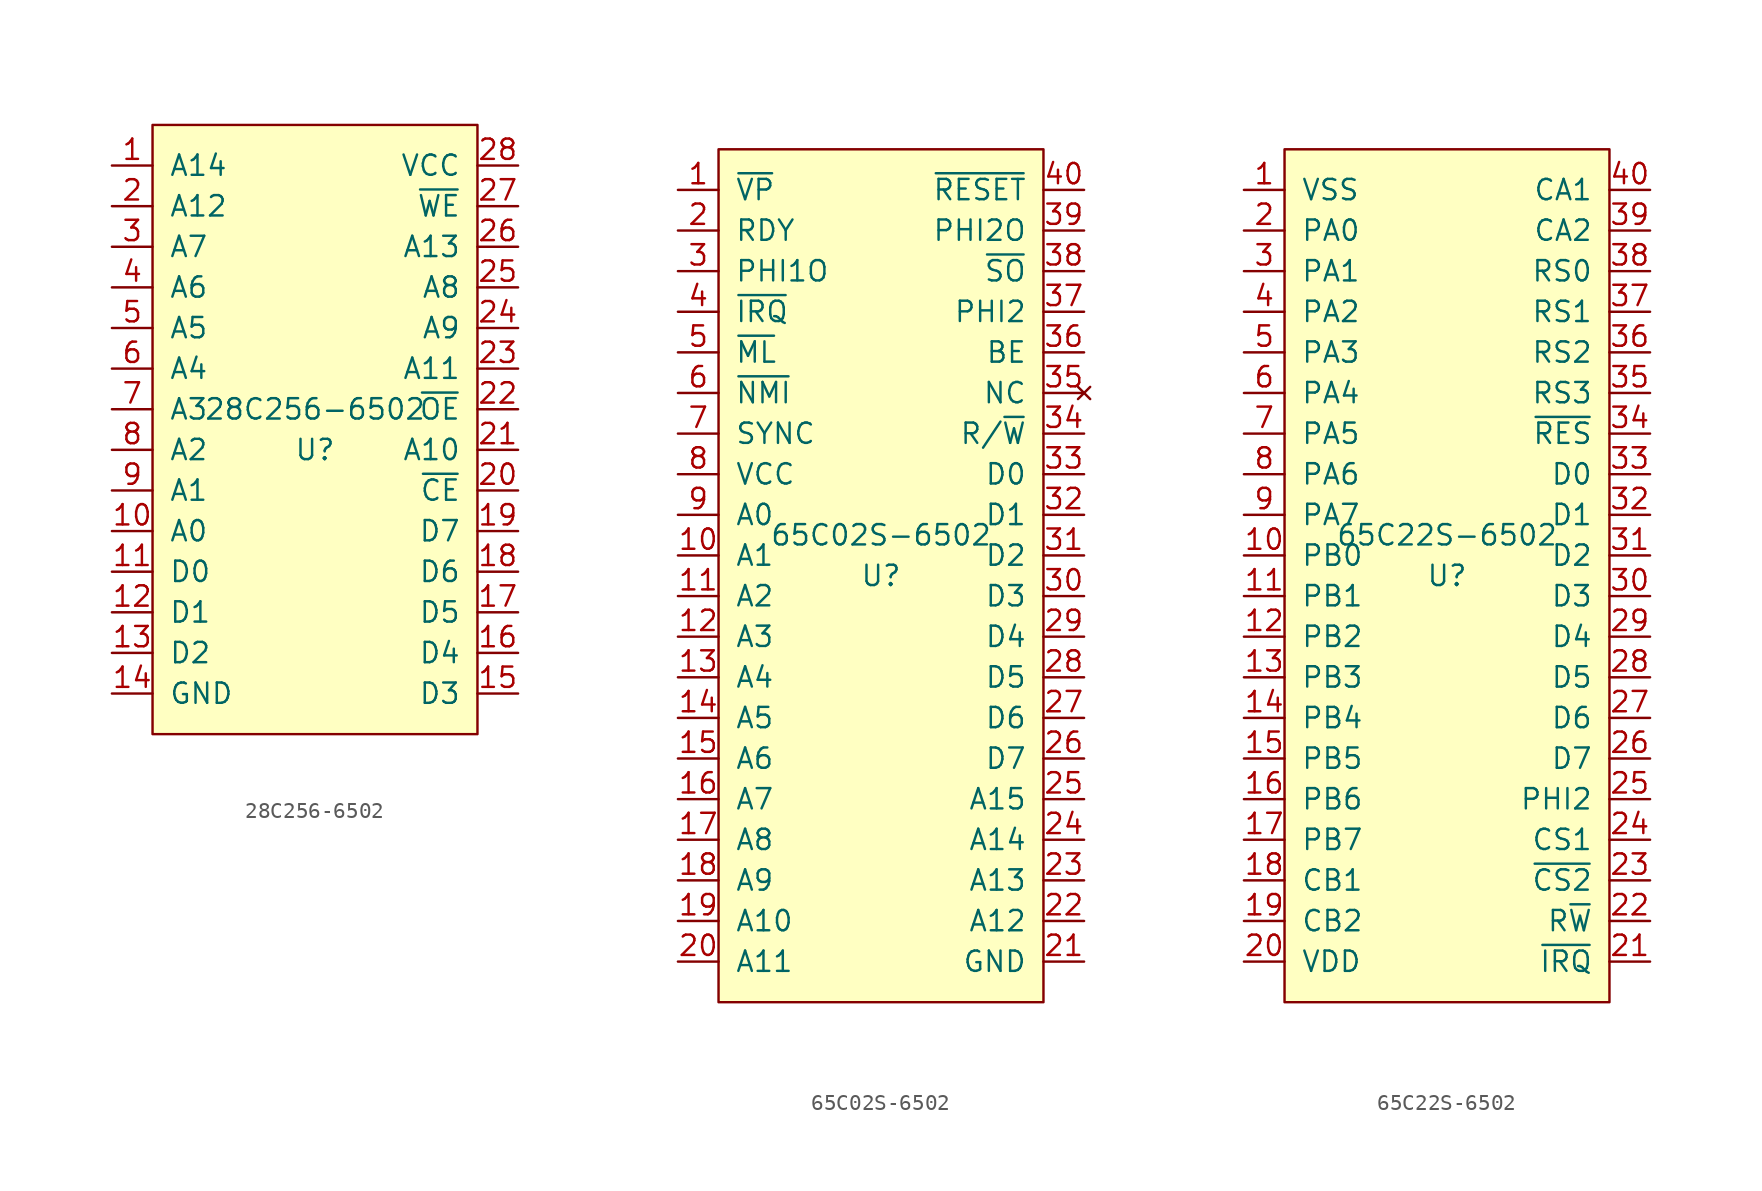
<source format=kicad_sym>
(kicad_symbol_lib
  (version 20220914)
  (generator kicad_symbol_editor)
  (symbol "28C256-6502"
    (pin_names
      (offset 1.016))
    (property "Reference" "U"
      (at 0 -1.27 0)
      (effects (font (size 1.27 1.27))))
    (property "Value" "28C256-6502"
      (at 0 1.27 0)
      (effects (font (size 1.27 1.27))))
    (symbol "28C256-6502_0_1"
      (rectangle (start -10.16 19.05) (end 10.16 -19.05) (stroke (width 0) (type default)) (fill (type background))))
    (symbol "28C256-6502_1_1"
      (pin input line (at -12.7 16.51 0) (length 2.54) (name "A14" (effects (font (size 1.27 1.27)))) (number "1" (effects (font (size 1.27 1.27)))))
      (pin input line (at -12.7 -6.35 0) (length 2.54) (name "A0" (effects (font (size 1.27 1.27)))) (number "10" (effects (font (size 1.27 1.27)))))
      (pin bidirectional line (at -12.7 -8.89 0) (length 2.54) (name "D0" (effects (font (size 1.27 1.27)))) (number "11" (effects (font (size 1.27 1.27)))))
      (pin bidirectional line (at -12.7 -11.43 0) (length 2.54) (name "D1" (effects (font (size 1.27 1.27)))) (number "12" (effects (font (size 1.27 1.27)))))
      (pin bidirectional line (at -12.7 -13.97 0) (length 2.54) (name "D2" (effects (font (size 1.27 1.27)))) (number "13" (effects (font (size 1.27 1.27)))))
      (pin power_in line (at -12.7 -16.51 0) (length 2.54) (name "GND" (effects (font (size 1.27 1.27)))) (number "14" (effects (font (size 1.27 1.27)))))
      (pin bidirectional line (at 12.7 -16.51 180) (length 2.54) (name "D3" (effects (font (size 1.27 1.27)))) (number "15" (effects (font (size 1.27 1.27)))))
      (pin bidirectional line (at 12.7 -13.97 180) (length 2.54) (name "D4" (effects (font (size 1.27 1.27)))) (number "16" (effects (font (size 1.27 1.27)))))
      (pin bidirectional line (at 12.7 -11.43 180) (length 2.54) (name "D5" (effects (font (size 1.27 1.27)))) (number "17" (effects (font (size 1.27 1.27)))))
      (pin bidirectional line (at 12.7 -8.89 180) (length 2.54) (name "D6" (effects (font (size 1.27 1.27)))) (number "18" (effects (font (size 1.27 1.27)))))
      (pin bidirectional line (at 12.7 -6.35 180) (length 2.54) (name "D7" (effects (font (size 1.27 1.27)))) (number "19" (effects (font (size 1.27 1.27)))))
      (pin input line (at -12.7 13.97 0) (length 2.54) (name "A12" (effects (font (size 1.27 1.27)))) (number "2" (effects (font (size 1.27 1.27)))))
      (pin input line (at 12.7 -3.81 180) (length 2.54) (name "~{CE}" (effects (font (size 1.27 1.27)))) (number "20" (effects (font (size 1.27 1.27)))))
      (pin input line (at 12.7 -1.27 180) (length 2.54) (name "A10" (effects (font (size 1.27 1.27)))) (number "21" (effects (font (size 1.27 1.27)))))
      (pin input line (at 12.7 1.27 180) (length 2.54) (name "~{OE}" (effects (font (size 1.27 1.27)))) (number "22" (effects (font (size 1.27 1.27)))))
      (pin input line (at 12.7 3.81 180) (length 2.54) (name "A11" (effects (font (size 1.27 1.27)))) (number "23" (effects (font (size 1.27 1.27)))))
      (pin input line (at 12.7 6.35 180) (length 2.54) (name "A9" (effects (font (size 1.27 1.27)))) (number "24" (effects (font (size 1.27 1.27)))))
      (pin input line (at 12.7 8.89 180) (length 2.54) (name "A8" (effects (font (size 1.27 1.27)))) (number "25" (effects (font (size 1.27 1.27)))))
      (pin input line (at 12.7 11.43 180) (length 2.54) (name "A13" (effects (font (size 1.27 1.27)))) (number "26" (effects (font (size 1.27 1.27)))))
      (pin input line (at 12.7 13.97 180) (length 2.54) (name "~{WE}" (effects (font (size 1.27 1.27)))) (number "27" (effects (font (size 1.27 1.27)))))
      (pin power_in line (at 12.7 16.51 180) (length 2.54) (name "VCC" (effects (font (size 1.27 1.27)))) (number "28" (effects (font (size 1.27 1.27)))))
      (pin input line (at -12.7 11.43 0) (length 2.54) (name "A7" (effects (font (size 1.27 1.27)))) (number "3" (effects (font (size 1.27 1.27)))))
      (pin input line (at -12.7 8.89 0) (length 2.54) (name "A6" (effects (font (size 1.27 1.27)))) (number "4" (effects (font (size 1.27 1.27)))))
      (pin input line (at -12.7 6.35 0) (length 2.54) (name "A5" (effects (font (size 1.27 1.27)))) (number "5" (effects (font (size 1.27 1.27)))))
      (pin input line (at -12.7 3.81 0) (length 2.54) (name "A4" (effects (font (size 1.27 1.27)))) (number "6" (effects (font (size 1.27 1.27)))))
      (pin input line (at -12.7 1.27 0) (length 2.54) (name "A3" (effects (font (size 1.27 1.27)))) (number "7" (effects (font (size 1.27 1.27)))))
      (pin input line (at -12.7 -1.27 0) (length 2.54) (name "A2" (effects (font (size 1.27 1.27)))) (number "8" (effects (font (size 1.27 1.27)))))
      (pin input line (at -12.7 -3.81 0) (length 2.54) (name "A1" (effects (font (size 1.27 1.27)))) (number "9" (effects (font (size 1.27 1.27)))))))
  (symbol "65C02S-6502"
    (pin_names
      (offset 1.016))
    (property "Reference" "U"
      (at 0 -1.27 0)
      (effects (font (size 1.27 1.27))))
    (property "Value" "65C02S-6502"
      (at 0 1.27 0)
      (effects (font (size 1.27 1.27))))
    (symbol "65C02S-6502_0_1"
      (rectangle (start -10.16 25.4) (end 10.16 -27.94) (stroke (width 0) (type default)) (fill (type background))))
    (symbol "65C02S-6502_1_1"
      (pin output line (at -12.7 22.86 0) (length 2.54) (name "~{VP}" (effects (font (size 1.27 1.27)))) (number "1" (effects (font (size 1.27 1.27)))))
      (pin output line (at -12.7 0 0) (length 2.54) (name "A1" (effects (font (size 1.27 1.27)))) (number "10" (effects (font (size 1.27 1.27)))))
      (pin output line (at -12.7 -2.54 0) (length 2.54) (name "A2" (effects (font (size 1.27 1.27)))) (number "11" (effects (font (size 1.27 1.27)))))
      (pin output line (at -12.7 -5.08 0) (length 2.54) (name "A3" (effects (font (size 1.27 1.27)))) (number "12" (effects (font (size 1.27 1.27)))))
      (pin output line (at -12.7 -7.62 0) (length 2.54) (name "A4" (effects (font (size 1.27 1.27)))) (number "13" (effects (font (size 1.27 1.27)))))
      (pin output line (at -12.7 -10.16 0) (length 2.54) (name "A5" (effects (font (size 1.27 1.27)))) (number "14" (effects (font (size 1.27 1.27)))))
      (pin output line (at -12.7 -12.7 0) (length 2.54) (name "A6" (effects (font (size 1.27 1.27)))) (number "15" (effects (font (size 1.27 1.27)))))
      (pin output line (at -12.7 -15.24 0) (length 2.54) (name "A7" (effects (font (size 1.27 1.27)))) (number "16" (effects (font (size 1.27 1.27)))))
      (pin output line (at -12.7 -17.78 0) (length 2.54) (name "A8" (effects (font (size 1.27 1.27)))) (number "17" (effects (font (size 1.27 1.27)))))
      (pin output line (at -12.7 -20.32 0) (length 2.54) (name "A9" (effects (font (size 1.27 1.27)))) (number "18" (effects (font (size 1.27 1.27)))))
      (pin output line (at -12.7 -22.86 0) (length 2.54) (name "A10" (effects (font (size 1.27 1.27)))) (number "19" (effects (font (size 1.27 1.27)))))
      (pin bidirectional line (at -12.7 20.32 0) (length 2.54) (name "RDY" (effects (font (size 1.27 1.27)))) (number "2" (effects (font (size 1.27 1.27)))))
      (pin output line (at -12.7 -25.4 0) (length 2.54) (name "A11" (effects (font (size 1.27 1.27)))) (number "20" (effects (font (size 1.27 1.27)))))
      (pin power_in line (at 12.7 -25.4 180) (length 2.54) (name "GND" (effects (font (size 1.27 1.27)))) (number "21" (effects (font (size 1.27 1.27)))))
      (pin output line (at 12.7 -22.86 180) (length 2.54) (name "A12" (effects (font (size 1.27 1.27)))) (number "22" (effects (font (size 1.27 1.27)))))
      (pin output line (at 12.7 -20.32 180) (length 2.54) (name "A13" (effects (font (size 1.27 1.27)))) (number "23" (effects (font (size 1.27 1.27)))))
      (pin output line (at 12.7 -17.78 180) (length 2.54) (name "A14" (effects (font (size 1.27 1.27)))) (number "24" (effects (font (size 1.27 1.27)))))
      (pin output line (at 12.7 -15.24 180) (length 2.54) (name "A15" (effects (font (size 1.27 1.27)))) (number "25" (effects (font (size 1.27 1.27)))))
      (pin bidirectional line (at 12.7 -12.7 180) (length 2.54) (name "D7" (effects (font (size 1.27 1.27)))) (number "26" (effects (font (size 1.27 1.27)))))
      (pin bidirectional line (at 12.7 -10.16 180) (length 2.54) (name "D6" (effects (font (size 1.27 1.27)))) (number "27" (effects (font (size 1.27 1.27)))))
      (pin bidirectional line (at 12.7 -7.62 180) (length 2.54) (name "D5" (effects (font (size 1.27 1.27)))) (number "28" (effects (font (size 1.27 1.27)))))
      (pin bidirectional line (at 12.7 -5.08 180) (length 2.54) (name "D4" (effects (font (size 1.27 1.27)))) (number "29" (effects (font (size 1.27 1.27)))))
      (pin output line (at -12.7 17.78 0) (length 2.54) (name "PHI1O" (effects (font (size 1.27 1.27)))) (number "3" (effects (font (size 1.27 1.27)))))
      (pin bidirectional line (at 12.7 -2.54 180) (length 2.54) (name "D3" (effects (font (size 1.27 1.27)))) (number "30" (effects (font (size 1.27 1.27)))))
      (pin bidirectional line (at 12.7 0 180) (length 2.54) (name "D2" (effects (font (size 1.27 1.27)))) (number "31" (effects (font (size 1.27 1.27)))))
      (pin bidirectional line (at 12.7 2.54 180) (length 2.54) (name "D1" (effects (font (size 1.27 1.27)))) (number "32" (effects (font (size 1.27 1.27)))))
      (pin bidirectional line (at 12.7 5.08 180) (length 2.54) (name "D0" (effects (font (size 1.27 1.27)))) (number "33" (effects (font (size 1.27 1.27)))))
      (pin output line (at 12.7 7.62 180) (length 2.54) (name "R/~{W}" (effects (font (size 1.27 1.27)))) (number "34" (effects (font (size 1.27 1.27)))))
      (pin no_connect line (at 12.7 10.16 180) (length 2.54) (name "NC" (effects (font (size 1.27 1.27)))) (number "35" (effects (font (size 1.27 1.27)))))
      (pin input line (at 12.7 12.7 180) (length 2.54) (name "BE" (effects (font (size 1.27 1.27)))) (number "36" (effects (font (size 1.27 1.27)))))
      (pin input line (at 12.7 15.24 180) (length 2.54) (name "PHI2" (effects (font (size 1.27 1.27)))) (number "37" (effects (font (size 1.27 1.27)))))
      (pin input line (at 12.7 17.78 180) (length 2.54) (name "~{SO}" (effects (font (size 1.27 1.27)))) (number "38" (effects (font (size 1.27 1.27)))))
      (pin input line (at 12.7 20.32 180) (length 2.54) (name "PHI2O" (effects (font (size 1.27 1.27)))) (number "39" (effects (font (size 1.27 1.27)))))
      (pin input line (at -12.7 15.24 0) (length 2.54) (name "~{IRQ}" (effects (font (size 1.27 1.27)))) (number "4" (effects (font (size 1.27 1.27)))))
      (pin input line (at 12.7 22.86 180) (length 2.54) (name "~{RESET}" (effects (font (size 1.27 1.27)))) (number "40" (effects (font (size 1.27 1.27)))))
      (pin output line (at -12.7 12.7 0) (length 2.54) (name "~{ML}" (effects (font (size 1.27 1.27)))) (number "5" (effects (font (size 1.27 1.27)))))
      (pin output line (at -12.7 10.16 0) (length 2.54) (name "~{NMI}" (effects (font (size 1.27 1.27)))) (number "6" (effects (font (size 1.27 1.27)))))
      (pin output line (at -12.7 7.62 0) (length 2.54) (name "SYNC" (effects (font (size 1.27 1.27)))) (number "7" (effects (font (size 1.27 1.27)))))
      (pin power_in line (at -12.7 5.08 0) (length 2.54) (name "VCC" (effects (font (size 1.27 1.27)))) (number "8" (effects (font (size 1.27 1.27)))))
      (pin output line (at -12.7 2.54 0) (length 2.54) (name "A0" (effects (font (size 1.27 1.27)))) (number "9" (effects (font (size 1.27 1.27)))))))
  (symbol "65C22S-6502"
    (pin_names
      (offset 1.016))
    (property "Reference" "U"
      (at 0 -1.27 0)
      (effects (font (size 1.27 1.27))))
    (property "Value" "65C22S-6502"
      (at 0 1.27 0)
      (effects (font (size 1.27 1.27))))
    (symbol "65C22S-6502_1_1"
      (rectangle (start -10.16 25.4) (end 10.16 -27.94) (stroke (width 0) (type default)) (fill (type background)))
      (pin power_in line (at -12.7 22.86 0) (length 2.54) (name "VSS" (effects (font (size 1.27 1.27)))) (number "1" (effects (font (size 1.27 1.27)))))
      (pin bidirectional line (at -12.7 0 0) (length 2.54) (name "PB0" (effects (font (size 1.27 1.27)))) (number "10" (effects (font (size 1.27 1.27)))))
      (pin bidirectional line (at -12.7 -2.54 0) (length 2.54) (name "PB1" (effects (font (size 1.27 1.27)))) (number "11" (effects (font (size 1.27 1.27)))))
      (pin bidirectional line (at -12.7 -5.08 0) (length 2.54) (name "PB2" (effects (font (size 1.27 1.27)))) (number "12" (effects (font (size 1.27 1.27)))))
      (pin bidirectional line (at -12.7 -7.62 0) (length 2.54) (name "PB3" (effects (font (size 1.27 1.27)))) (number "13" (effects (font (size 1.27 1.27)))))
      (pin bidirectional line (at -12.7 -10.16 0) (length 2.54) (name "PB4" (effects (font (size 1.27 1.27)))) (number "14" (effects (font (size 1.27 1.27)))))
      (pin bidirectional line (at -12.7 -12.7 0) (length 2.54) (name "PB5" (effects (font (size 1.27 1.27)))) (number "15" (effects (font (size 1.27 1.27)))))
      (pin bidirectional line (at -12.7 -15.24 0) (length 2.54) (name "PB6" (effects (font (size 1.27 1.27)))) (number "16" (effects (font (size 1.27 1.27)))))
      (pin bidirectional line (at -12.7 -17.78 0) (length 2.54) (name "PB7" (effects (font (size 1.27 1.27)))) (number "17" (effects (font (size 1.27 1.27)))))
      (pin bidirectional line (at -12.7 -20.32 0) (length 2.54) (name "CB1" (effects (font (size 1.27 1.27)))) (number "18" (effects (font (size 1.27 1.27)))))
      (pin bidirectional line (at -12.7 -22.86 0) (length 2.54) (name "CB2" (effects (font (size 1.27 1.27)))) (number "19" (effects (font (size 1.27 1.27)))))
      (pin bidirectional line (at -12.7 20.32 0) (length 2.54) (name "PA0" (effects (font (size 1.27 1.27)))) (number "2" (effects (font (size 1.27 1.27)))))
      (pin power_in line (at -12.7 -25.4 0) (length 2.54) (name "VDD" (effects (font (size 1.27 1.27)))) (number "20" (effects (font (size 1.27 1.27)))))
      (pin output line (at 12.7 -25.4 180) (length 2.54) (name "~{IRQ}" (effects (font (size 1.27 1.27)))) (number "21" (effects (font (size 1.27 1.27)))))
      (pin input line (at 12.7 -22.86 180) (length 2.54) (name "R~{W}" (effects (font (size 1.27 1.27)))) (number "22" (effects (font (size 1.27 1.27)))))
      (pin input line (at 12.7 -20.32 180) (length 2.54) (name "~{CS2}" (effects (font (size 1.27 1.27)))) (number "23" (effects (font (size 1.27 1.27)))))
      (pin input line (at 12.7 -17.78 180) (length 2.54) (name "CS1" (effects (font (size 1.27 1.27)))) (number "24" (effects (font (size 1.27 1.27)))))
      (pin input line (at 12.7 -15.24 180) (length 2.54) (name "PHI2" (effects (font (size 1.27 1.27)))) (number "25" (effects (font (size 1.27 1.27)))))
      (pin bidirectional line (at 12.7 -12.7 180) (length 2.54) (name "D7" (effects (font (size 1.27 1.27)))) (number "26" (effects (font (size 1.27 1.27)))))
      (pin bidirectional line (at 12.7 -10.16 180) (length 2.54) (name "D6" (effects (font (size 1.27 1.27)))) (number "27" (effects (font (size 1.27 1.27)))))
      (pin bidirectional line (at 12.7 -7.62 180) (length 2.54) (name "D5" (effects (font (size 1.27 1.27)))) (number "28" (effects (font (size 1.27 1.27)))))
      (pin bidirectional line (at 12.7 -5.08 180) (length 2.54) (name "D4" (effects (font (size 1.27 1.27)))) (number "29" (effects (font (size 1.27 1.27)))))
      (pin bidirectional line (at -12.7 17.78 0) (length 2.54) (name "PA1" (effects (font (size 1.27 1.27)))) (number "3" (effects (font (size 1.27 1.27)))))
      (pin bidirectional line (at 12.7 -2.54 180) (length 2.54) (name "D3" (effects (font (size 1.27 1.27)))) (number "30" (effects (font (size 1.27 1.27)))))
      (pin bidirectional line (at 12.7 0 180) (length 2.54) (name "D2" (effects (font (size 1.27 1.27)))) (number "31" (effects (font (size 1.27 1.27)))))
      (pin bidirectional line (at 12.7 2.54 180) (length 2.54) (name "D1" (effects (font (size 1.27 1.27)))) (number "32" (effects (font (size 1.27 1.27)))))
      (pin bidirectional line (at 12.7 5.08 180) (length 2.54) (name "D0" (effects (font (size 1.27 1.27)))) (number "33" (effects (font (size 1.27 1.27)))))
      (pin input line (at 12.7 7.62 180) (length 2.54) (name "~{RES}" (effects (font (size 1.27 1.27)))) (number "34" (effects (font (size 1.27 1.27)))))
      (pin input line (at 12.7 10.16 180) (length 2.54) (name "RS3" (effects (font (size 1.27 1.27)))) (number "35" (effects (font (size 1.27 1.27)))))
      (pin input line (at 12.7 12.7 180) (length 2.54) (name "RS2" (effects (font (size 1.27 1.27)))) (number "36" (effects (font (size 1.27 1.27)))))
      (pin input line (at 12.7 15.24 180) (length 2.54) (name "RS1" (effects (font (size 1.27 1.27)))) (number "37" (effects (font (size 1.27 1.27)))))
      (pin input line (at 12.7 17.78 180) (length 2.54) (name "RS0" (effects (font (size 1.27 1.27)))) (number "38" (effects (font (size 1.27 1.27)))))
      (pin bidirectional line (at 12.7 20.32 180) (length 2.54) (name "CA2" (effects (font (size 1.27 1.27)))) (number "39" (effects (font (size 1.27 1.27)))))
      (pin bidirectional line (at -12.7 15.24 0) (length 2.54) (name "PA2" (effects (font (size 1.27 1.27)))) (number "4" (effects (font (size 1.27 1.27)))))
      (pin bidirectional line (at 12.7 22.86 180) (length 2.54) (name "CA1" (effects (font (size 1.27 1.27)))) (number "40" (effects (font (size 1.27 1.27)))))
      (pin bidirectional line (at -12.7 12.7 0) (length 2.54) (name "PA3" (effects (font (size 1.27 1.27)))) (number "5" (effects (font (size 1.27 1.27)))))
      (pin bidirectional line (at -12.7 10.16 0) (length 2.54) (name "PA4" (effects (font (size 1.27 1.27)))) (number "6" (effects (font (size 1.27 1.27)))))
      (pin bidirectional line (at -12.7 7.62 0) (length 2.54) (name "PA5" (effects (font (size 1.27 1.27)))) (number "7" (effects (font (size 1.27 1.27)))))
      (pin bidirectional line (at -12.7 5.08 0) (length 2.54) (name "PA6" (effects (font (size 1.27 1.27)))) (number "8" (effects (font (size 1.27 1.27)))))
      (pin bidirectional line (at -12.7 2.54 0) (length 2.54) (name "PA7" (effects (font (size 1.27 1.27)))) (number "9" (effects (font (size 1.27 1.27))))))))
</source>
